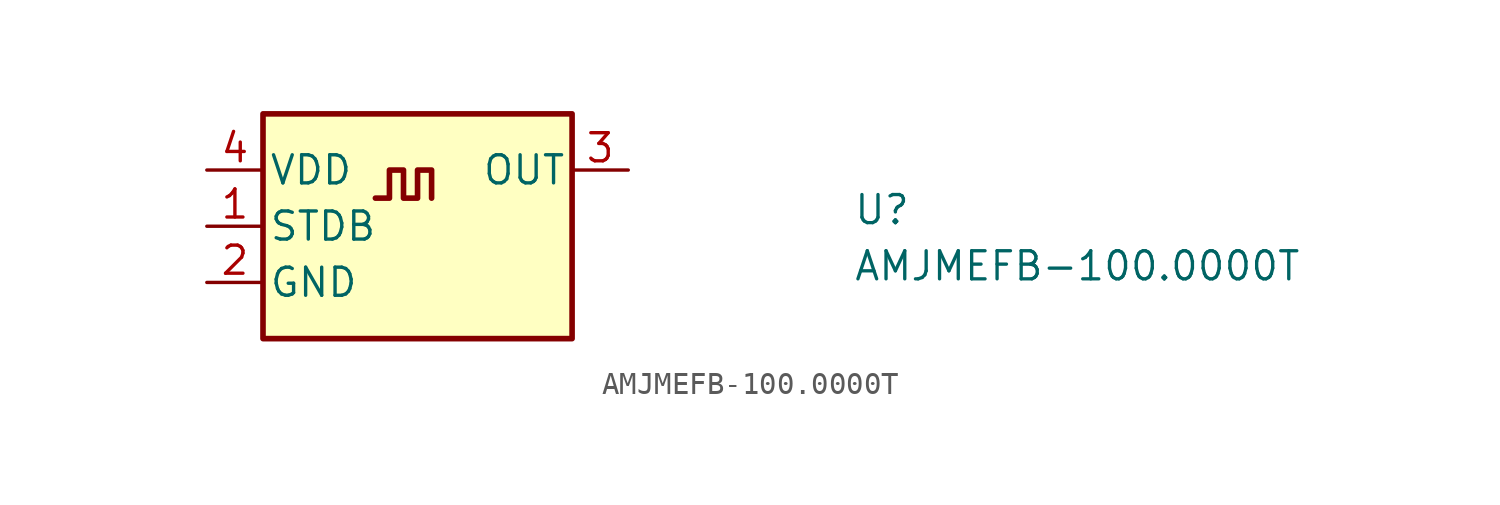
<source format=kicad_sym>
(kicad_symbol_lib
  (version 20211014)
  (generator kicad_symbol_editor)
  (symbol "AMJMEFB-100.0000T"
    (pin_names
      (offset 0.254))
    (property "Reference" "U"
      (at 29.21 -2.54 0)
      (effects (font (size 1.27 1.27) (thickness 0.15)) (justify left bottom)))
    (property "Value" "AMJMEFB-100.0000T"
      (at 29.21 -5.08 0)
      (effects (font (size 1.27 1.27) (thickness 0.15)) (justify left bottom)))
    (symbol "AMJMEFB-100.0000T_1_1"
      (polyline (pts (xy 7.62 -1.27) (xy 8.255 -1.27) (xy 8.255 0) (xy 8.89 0) (xy 8.89 -1.27) (xy 9.525 -1.27) (xy 9.525 0) (xy 10.16 0) (xy 10.16 -1.27)) (stroke (width 0.254) (type default) (color 0 0 0 0)) (fill (type background)))
      (rectangle (start 2.54 2.54) (end 16.51 -7.62) (stroke (width 0.254) (type default) (color 0 0 0 0)) (fill (type background)))
      (pin input line (at 0 -2.54 0) (length 2.54) (name "STDB" (effects (font (size 1.27 1.27)))) (number "1" (effects (font (size 1.27 1.27)))))
      (pin power_in line (at 0 -5.08 0) (length 2.54) (name "GND" (effects (font (size 1.27 1.27)))) (number "2" (effects (font (size 1.27 1.27)))))
      (pin output line (at 19.05 0 180) (length 2.54) (name "OUT" (effects (font (size 1.27 1.27)))) (number "3" (effects (font (size 1.27 1.27)))))
      (pin power_in line (at 0 0 0) (length 2.54) (name "VDD" (effects (font (size 1.27 1.27)))) (number "4" (effects (font (size 1.27 1.27))))))))
</source>
